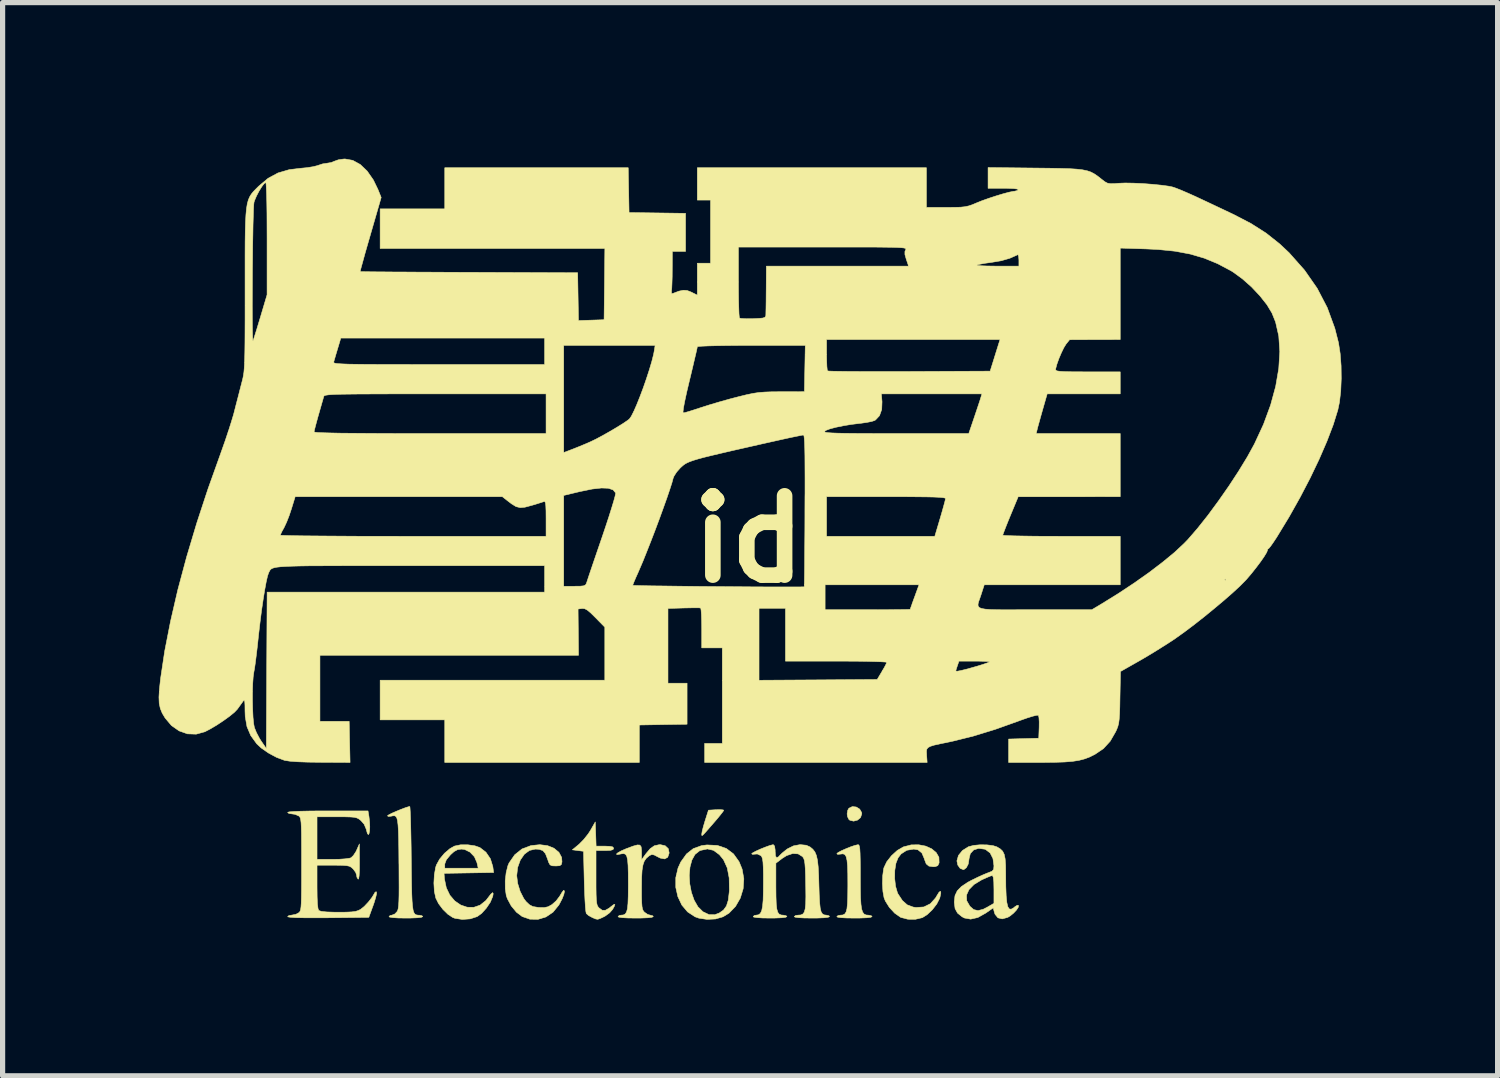
<source format=kicad_pcb>
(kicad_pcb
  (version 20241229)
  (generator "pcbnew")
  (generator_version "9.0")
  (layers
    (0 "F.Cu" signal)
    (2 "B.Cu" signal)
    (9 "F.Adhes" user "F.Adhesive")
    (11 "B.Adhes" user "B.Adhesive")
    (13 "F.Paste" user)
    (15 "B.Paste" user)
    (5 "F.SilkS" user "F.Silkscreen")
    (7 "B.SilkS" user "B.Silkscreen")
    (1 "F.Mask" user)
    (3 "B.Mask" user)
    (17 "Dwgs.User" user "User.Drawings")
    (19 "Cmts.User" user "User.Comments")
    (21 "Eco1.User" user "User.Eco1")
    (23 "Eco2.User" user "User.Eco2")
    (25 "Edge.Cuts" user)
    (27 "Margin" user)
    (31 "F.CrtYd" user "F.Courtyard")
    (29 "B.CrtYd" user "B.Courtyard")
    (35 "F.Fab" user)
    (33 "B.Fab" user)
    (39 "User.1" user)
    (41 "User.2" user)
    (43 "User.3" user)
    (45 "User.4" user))
  (footprint "id"
    (layer "F.Cu")
    (at 11.34 7.314)
    (property "Reference" "id" (at 0 0 0) (layer "F.SilkS") (effects (font (size 1.524 1.524) (thickness 0.3))))
    (attr through_hole)
    (fp_poly (pts (xy 2.067 5.146) (xy 2.133 5.187) (xy 2.17 5.252) (xy 2.173 5.278) (xy 2.149 5.349) (xy 2.091 5.398) (xy 2.016 5.418) (xy 1.945 5.401) (xy 1.925 5.385) (xy 1.899 5.332) (xy 1.891 5.278) (xy 1.903 5.209) (xy 1.925 5.17) (xy 1.991 5.138) (xy 2.067 5.146)) (stroke (width 0.01) (type solid)) (fill yes) (layer "F.SilkS"))
    (fp_poly (pts (xy -0.491 5.202) (xy -0.48 5.209) (xy -0.497 5.237) (xy -0.544 5.297) (xy -0.611 5.379) (xy -0.654 5.429) (xy -0.755 5.545) (xy -0.824 5.624) (xy -0.868 5.672) (xy -0.892 5.694) (xy -0.901 5.694) (xy -0.903 5.679) (xy -0.902 5.658) (xy -0.893 5.604) (xy -0.87 5.516) (xy -0.839 5.411) (xy -0.837 5.405) (xy -0.774 5.207) (xy -0.627 5.198) (xy -0.545 5.197) (xy -0.491 5.202)) (stroke (width 0.01) (type solid)) (fill yes) (layer "F.SilkS"))
    (fp_poly (pts (xy 2.117 5.877) (xy 2.127 5.902) (xy 2.135 5.952) (xy 2.14 6.033) (xy 2.143 6.152) (xy 2.145 6.315) (xy 2.145 6.485) (xy 2.146 6.709) (xy 2.149 6.884) (xy 2.157 7.014) (xy 2.17 7.107) (xy 2.19 7.168) (xy 2.218 7.204) (xy 2.255 7.221) (xy 2.302 7.225) (xy 2.354 7.235) (xy 2.371 7.253) (xy 2.344 7.266) (xy 2.267 7.275) (xy 2.146 7.28) (xy 2.032 7.281) (xy 1.883 7.279) (xy 1.773 7.273) (xy 1.708 7.263) (xy 1.693 7.253) (xy 1.717 7.232) (xy 1.76 7.225) (xy 1.809 7.221) (xy 1.845 7.203) (xy 1.871 7.164) (xy 1.888 7.099) (xy 1.898 6.999) (xy 1.903 6.858) (xy 1.905 6.668) (xy 1.905 6.632) (xy 1.904 6.43) (xy 1.899 6.278) (xy 1.889 6.17) (xy 1.872 6.099) (xy 1.847 6.06) (xy 1.812 6.046) (xy 1.766 6.051) (xy 1.759 6.052) (xy 1.709 6.056) (xy 1.693 6.043) (xy 1.717 6.021) (xy 1.779 5.988) (xy 1.864 5.95) (xy 1.955 5.913) (xy 2.037 5.885) (xy 2.096 5.871) (xy 2.103 5.87) (xy 2.117 5.877)) (stroke (width 0.01) (type solid)) (fill yes) (layer "F.SilkS"))
    (fp_poly (pts (xy -2.941 5.666) (xy -2.933 5.898) (xy -2.765 5.898) (xy -2.667 5.902) (xy -2.614 5.913) (xy -2.597 5.936) (xy -2.596 5.941) (xy -2.609 5.965) (xy -2.656 5.979) (xy -2.745 5.983) (xy -2.766 5.983) (xy -2.935 5.983) (xy -2.935 6.505) (xy -2.935 6.69) (xy -2.933 6.827) (xy -2.929 6.925) (xy -2.922 6.991) (xy -2.912 7.034) (xy -2.896 7.064) (xy -2.879 7.084) (xy -2.817 7.13) (xy -2.757 7.132) (xy -2.683 7.09) (xy -2.655 7.067) (xy -2.595 7.021) (xy -2.572 7.017) (xy -2.584 7.056) (xy -2.617 7.115) (xy -2.674 7.18) (xy -2.756 7.24) (xy -2.781 7.254) (xy -2.855 7.289) (xy -2.9 7.304) (xy -2.938 7.299) (xy -2.994 7.276) (xy -3.009 7.269) (xy -3.077 7.232) (xy -3.121 7.194) (xy -3.122 7.192) (xy -3.13 7.154) (xy -3.139 7.068) (xy -3.147 6.943) (xy -3.154 6.79) (xy -3.16 6.616) (xy -3.161 6.576) (xy -3.175 5.997) (xy -3.283 5.983) (xy -3.39 5.969) (xy -3.26 5.861) (xy -3.173 5.773) (xy -3.086 5.664) (xy -3.04 5.593) (xy -2.949 5.433) (xy -2.941 5.666)) (stroke (width 0.01) (type solid)) (fill yes) (layer "F.SilkS"))
    (fp_poly (pts (xy -0.601 5.885) (xy -0.431 5.943) (xy -0.292 6.048) (xy -0.185 6.198) (xy -0.127 6.34) (xy -0.094 6.527) (xy -0.107 6.717) (xy -0.162 6.897) (xy -0.254 7.057) (xy -0.379 7.186) (xy -0.494 7.256) (xy -0.638 7.298) (xy -0.802 7.306) (xy -0.96 7.282) (xy -1.032 7.256) (xy -1.175 7.162) (xy -1.286 7.03) (xy -1.362 6.869) (xy -1.402 6.691) (xy -1.402 6.504) (xy -1.391 6.459) (xy -1.143 6.459) (xy -1.133 6.624) (xy -1.102 6.786) (xy -1.049 6.937) (xy -0.976 7.064) (xy -0.882 7.157) (xy -0.876 7.161) (xy -0.762 7.215) (xy -0.653 7.216) (xy -0.567 7.184) (xy -0.485 7.127) (xy -0.428 7.048) (xy -0.393 6.937) (xy -0.375 6.784) (xy -0.372 6.742) (xy -0.376 6.509) (xy -0.413 6.316) (xy -0.484 6.16) (xy -0.564 6.062) (xy -0.676 5.979) (xy -0.796 5.952) (xy -0.925 5.98) (xy -0.946 5.989) (xy -1.032 6.057) (xy -1.092 6.165) (xy -1.129 6.302) (xy -1.143 6.459) (xy -1.391 6.459) (xy -1.359 6.32) (xy -1.306 6.203) (xy -1.196 6.049) (xy -1.066 5.946) (xy -0.909 5.889) (xy -0.803 5.875) (xy -0.601 5.885)) (stroke (width 0.01) (type solid)) (fill yes) (layer "F.SilkS"))
    (fp_poly (pts (xy -6.51 5.163) (xy -6.505 5.241) (xy -6.5 5.362) (xy -6.496 5.52) (xy -6.492 5.71) (xy -6.488 5.924) (xy -6.486 6.134) (xy -6.483 6.411) (xy -6.48 6.636) (xy -6.476 6.815) (xy -6.47 6.954) (xy -6.461 7.057) (xy -6.45 7.13) (xy -6.434 7.178) (xy -6.413 7.207) (xy -6.386 7.22) (xy -6.354 7.225) (xy -6.332 7.225) (xy -6.281 7.235) (xy -6.265 7.253) (xy -6.292 7.266) (xy -6.369 7.275) (xy -6.488 7.28) (xy -6.59 7.281) (xy -6.734 7.279) (xy -6.841 7.272) (xy -6.902 7.262) (xy -6.914 7.253) (xy -6.891 7.23) (xy -6.859 7.225) (xy -6.803 7.203) (xy -6.759 7.157) (xy -6.746 7.132) (xy -6.736 7.094) (xy -6.729 7.037) (xy -6.724 6.955) (xy -6.721 6.842) (xy -6.72 6.692) (xy -6.721 6.499) (xy -6.722 6.256) (xy -6.723 6.225) (xy -6.725 5.971) (xy -6.728 5.767) (xy -6.733 5.609) (xy -6.74 5.492) (xy -6.75 5.409) (xy -6.764 5.355) (xy -6.784 5.325) (xy -6.809 5.314) (xy -6.842 5.316) (xy -6.879 5.324) (xy -6.928 5.327) (xy -6.943 5.315) (xy -6.919 5.297) (xy -6.857 5.265) (xy -6.772 5.228) (xy -6.68 5.19) (xy -6.595 5.158) (xy -6.533 5.139) (xy -6.514 5.136) (xy -6.51 5.163)) (stroke (width 0.01) (type solid)) (fill yes) (layer "F.SilkS"))
    (fp_poly (pts (xy -5.263 5.892) (xy -5.166 5.926) (xy -5.051 6.015) (xy -4.965 6.141) (xy -4.919 6.289) (xy -4.918 6.294) (xy -4.903 6.405) (xy -5.38 6.413) (xy -5.856 6.421) (xy -5.847 6.533) (xy -5.812 6.7) (xy -5.744 6.841) (xy -5.649 6.952) (xy -5.535 7.03) (xy -5.411 7.072) (xy -5.284 7.074) (xy -5.162 7.032) (xy -5.052 6.944) (xy -5.017 6.899) (xy -4.956 6.82) (xy -4.921 6.791) (xy -4.911 6.812) (xy -4.92 6.864) (xy -4.966 6.975) (xy -5.043 7.09) (xy -5.134 7.191) (xy -5.219 7.252) (xy -5.353 7.296) (xy -5.505 7.307) (xy -5.647 7.285) (xy -5.687 7.27) (xy -5.78 7.209) (xy -5.877 7.114) (xy -5.961 7.003) (xy -6.014 6.897) (xy -6.042 6.768) (xy -6.051 6.609) (xy -6.042 6.446) (xy -6.016 6.302) (xy -6.002 6.259) (xy -5.996 6.248) (xy -5.842 6.248) (xy -5.842 6.322) (xy -5.199 6.322) (xy -5.223 6.216) (xy -5.272 6.102) (xy -5.357 6.013) (xy -5.462 5.962) (xy -5.521 5.955) (xy -5.596 5.965) (xy -5.664 6.003) (xy -5.732 6.064) (xy -5.812 6.161) (xy -5.842 6.241) (xy -5.842 6.248) (xy -5.996 6.248) (xy -5.94 6.147) (xy -5.848 6.036) (xy -5.742 5.946) (xy -5.655 5.897) (xy -5.54 5.873) (xy -5.4 5.872) (xy -5.263 5.892)) (stroke (width 0.01) (type solid)) (fill yes) (layer "F.SilkS"))
    (fp_poly (pts (xy 3.402 5.898) (xy 3.517 5.95) (xy 3.604 6.023) (xy 3.655 6.112) (xy 3.659 6.214) (xy 3.657 6.225) (xy 3.633 6.274) (xy 3.583 6.292) (xy 3.545 6.294) (xy 3.463 6.282) (xy 3.411 6.239) (xy 3.378 6.153) (xy 3.374 6.138) (xy 3.328 6.03) (xy 3.253 5.969) (xy 3.172 5.955) (xy 3.036 5.978) (xy 2.928 6.048) (xy 2.871 6.122) (xy 2.829 6.228) (xy 2.807 6.367) (xy 2.805 6.52) (xy 2.822 6.669) (xy 2.858 6.793) (xy 2.869 6.816) (xy 2.954 6.945) (xy 3.047 7.027) (xy 3.16 7.069) (xy 3.215 7.077) (xy 3.365 7.067) (xy 3.491 7.005) (xy 3.591 6.894) (xy 3.618 6.848) (xy 3.659 6.782) (xy 3.685 6.766) (xy 3.692 6.798) (xy 3.677 6.874) (xy 3.668 6.904) (xy 3.614 7.01) (xy 3.529 7.12) (xy 3.43 7.214) (xy 3.338 7.272) (xy 3.205 7.304) (xy 3.059 7.303) (xy 2.927 7.269) (xy 2.913 7.262) (xy 2.805 7.186) (xy 2.703 7.076) (xy 2.626 6.953) (xy 2.601 6.89) (xy 2.579 6.769) (xy 2.57 6.619) (xy 2.575 6.466) (xy 2.593 6.334) (xy 2.599 6.312) (xy 2.653 6.198) (xy 2.744 6.082) (xy 2.855 5.981) (xy 2.972 5.913) (xy 2.979 5.911) (xy 3.123 5.874) (xy 3.267 5.872) (xy 3.402 5.898)) (stroke (width 0.01) (type solid)) (fill yes) (layer "F.SilkS"))
    (fp_poly (pts (xy -3.866 5.889) (xy -3.741 5.94) (xy -3.648 6.017) (xy -3.596 6.114) (xy -3.589 6.2) (xy -3.601 6.251) (xy -3.632 6.274) (xy -3.699 6.279) (xy -3.711 6.279) (xy -3.779 6.276) (xy -3.818 6.258) (xy -3.845 6.21) (xy -3.867 6.144) (xy -3.907 6.042) (xy -3.957 5.984) (xy -4.029 5.959) (xy -4.102 5.955) (xy -4.215 5.981) (xy -4.313 6.054) (xy -4.39 6.166) (xy -4.441 6.307) (xy -4.459 6.465) (xy -4.441 6.614) (xy -4.393 6.768) (xy -4.324 6.904) (xy -4.279 6.964) (xy -4.213 7.026) (xy -4.149 7.059) (xy -4.059 7.074) (xy -4.033 7.077) (xy -3.931 7.079) (xy -3.856 7.063) (xy -3.784 7.023) (xy -3.782 7.022) (xy -3.701 6.95) (xy -3.634 6.862) (xy -3.627 6.85) (xy -3.588 6.785) (xy -3.559 6.749) (xy -3.553 6.745) (xy -3.541 6.767) (xy -3.553 6.826) (xy -3.586 6.91) (xy -3.636 7.006) (xy -3.651 7.032) (xy -3.761 7.167) (xy -3.897 7.259) (xy -4.049 7.305) (xy -4.207 7.302) (xy -4.354 7.251) (xy -4.465 7.167) (xy -4.565 7.046) (xy -4.639 6.908) (xy -4.66 6.847) (xy -4.679 6.717) (xy -4.68 6.563) (xy -4.662 6.408) (xy -4.629 6.275) (xy -4.607 6.223) (xy -4.497 6.064) (xy -4.357 5.952) (xy -4.186 5.888) (xy -4.016 5.87) (xy -3.866 5.889)) (stroke (width 0.01) (type solid)) (fill yes) (layer "F.SilkS"))
    (fp_poly (pts (xy -1.605 5.891) (xy -1.545 5.948) (xy -1.529 6.03) (xy -1.53 6.033) (xy -1.557 6.112) (xy -1.615 6.144) (xy -1.7 6.128) (xy -1.746 6.105) (xy -1.817 6.068) (xy -1.862 6.059) (xy -1.903 6.077) (xy -1.915 6.085) (xy -1.968 6.13) (xy -2.007 6.185) (xy -2.033 6.26) (xy -2.05 6.363) (xy -2.058 6.503) (xy -2.06 6.691) (xy -2.06 6.701) (xy -2.06 6.864) (xy -2.057 6.979) (xy -2.051 7.058) (xy -2.041 7.11) (xy -2.025 7.144) (xy -2.004 7.168) (xy -1.942 7.211) (xy -1.891 7.225) (xy -1.845 7.237) (xy -1.834 7.253) (xy -1.862 7.266) (xy -1.939 7.275) (xy -2.059 7.28) (xy -2.173 7.281) (xy -2.322 7.279) (xy -2.432 7.273) (xy -2.497 7.263) (xy -2.512 7.253) (xy -2.488 7.23) (xy -2.457 7.225) (xy -2.41 7.221) (xy -2.374 7.203) (xy -2.349 7.165) (xy -2.331 7.101) (xy -2.321 7.002) (xy -2.316 6.863) (xy -2.314 6.675) (xy -2.314 6.62) (xy -2.315 6.42) (xy -2.319 6.27) (xy -2.328 6.164) (xy -2.343 6.095) (xy -2.366 6.056) (xy -2.4 6.042) (xy -2.445 6.046) (xy -2.469 6.051) (xy -2.529 6.061) (xy -2.543 6.051) (xy -2.516 6.026) (xy -2.454 5.991) (xy -2.361 5.95) (xy -2.349 5.945) (xy -2.223 5.898) (xy -2.14 5.875) (xy -2.092 5.878) (xy -2.068 5.91) (xy -2.061 5.973) (xy -2.06 6.016) (xy -2.06 6.161) (xy -1.976 6.045) (xy -1.893 5.946) (xy -1.814 5.891) (xy -1.724 5.871) (xy -1.697 5.87) (xy -1.605 5.891)) (stroke (width 0.01) (type solid)) (fill yes) (layer "F.SilkS"))
    (fp_poly (pts (xy 4.58 5.874) (xy 4.697 5.889) (xy 4.769 5.912) (xy 4.834 5.951) (xy 4.88 5.995) (xy 4.91 6.056) (xy 4.928 6.142) (xy 4.937 6.263) (xy 4.939 6.431) (xy 4.939 6.448) (xy 4.941 6.676) (xy 4.948 6.851) (xy 4.96 6.978) (xy 4.979 7.061) (xy 5.006 7.104) (xy 5.042 7.111) (xy 5.089 7.086) (xy 5.113 7.065) (xy 5.158 7.036) (xy 5.182 7.035) (xy 5.182 7.07) (xy 5.147 7.125) (xy 5.09 7.186) (xy 5.022 7.241) (xy 4.978 7.267) (xy 4.873 7.296) (xy 4.79 7.276) (xy 4.734 7.208) (xy 4.721 7.17) (xy 4.699 7.085) (xy 4.555 7.185) (xy 4.403 7.27) (xy 4.266 7.301) (xy 4.144 7.279) (xy 4.101 7.256) (xy 4.013 7.185) (xy 3.966 7.099) (xy 3.951 6.981) (xy 3.951 6.966) (xy 3.964 6.852) (xy 3.969 6.84) (xy 4.185 6.84) (xy 4.19 6.948) (xy 4.25 7.053) (xy 4.324 7.118) (xy 4.407 7.137) (xy 4.508 7.111) (xy 4.591 7.068) (xy 4.713 6.997) (xy 4.713 6.73) (xy 4.71 6.587) (xy 4.7 6.497) (xy 4.684 6.463) (xy 4.682 6.463) (xy 4.642 6.474) (xy 4.568 6.505) (xy 4.477 6.546) (xy 4.33 6.635) (xy 4.233 6.734) (xy 4.185 6.84) (xy 3.969 6.84) (xy 4.007 6.758) (xy 4.087 6.675) (xy 4.211 6.592) (xy 4.279 6.556) (xy 4.395 6.499) (xy 4.505 6.449) (xy 4.59 6.414) (xy 4.607 6.408) (xy 4.677 6.38) (xy 4.707 6.344) (xy 4.713 6.279) (xy 4.713 6.276) (xy 4.694 6.137) (xy 4.64 6.03) (xy 4.554 5.964) (xy 4.537 5.957) (xy 4.419 5.941) (xy 4.324 5.971) (xy 4.259 6.041) (xy 4.233 6.147) (xy 4.233 6.155) (xy 4.219 6.242) (xy 4.183 6.312) (xy 4.136 6.348) (xy 4.124 6.35) (xy 4.063 6.325) (xy 4.018 6.262) (xy 4.001 6.182) (xy 4.031 6.077) (xy 4.108 5.982) (xy 4.221 5.911) (xy 4.225 5.909) (xy 4.322 5.884) (xy 4.447 5.872) (xy 4.58 5.874)) (stroke (width 0.01) (type solid)) (fill yes) (layer "F.SilkS"))
    (fp_poly (pts (xy 1.106 5.881) (xy 1.179 5.914) (xy 1.231 5.957) (xy 1.271 6.008) (xy 1.3 6.076) (xy 1.321 6.169) (xy 1.335 6.295) (xy 1.344 6.463) (xy 1.349 6.641) (xy 1.355 6.837) (xy 1.363 6.985) (xy 1.374 7.089) (xy 1.391 7.159) (xy 1.416 7.2) (xy 1.449 7.219) (xy 1.493 7.225) (xy 1.498 7.225) (xy 1.543 7.237) (xy 1.552 7.253) (xy 1.525 7.266) (xy 1.448 7.275) (xy 1.328 7.28) (xy 1.214 7.281) (xy 1.065 7.279) (xy 0.955 7.273) (xy 0.89 7.263) (xy 0.875 7.253) (xy 0.899 7.232) (xy 0.943 7.225) (xy 0.998 7.221) (xy 1.039 7.204) (xy 1.067 7.168) (xy 1.085 7.104) (xy 1.095 7.007) (xy 1.098 6.869) (xy 1.096 6.682) (xy 1.095 6.645) (xy 1.092 6.466) (xy 1.087 6.333) (xy 1.08 6.24) (xy 1.071 6.177) (xy 1.057 6.135) (xy 1.039 6.106) (xy 1.033 6.099) (xy 0.95 6.047) (xy 0.846 6.04) (xy 0.728 6.08) (xy 0.644 6.133) (xy 0.522 6.226) (xy 0.522 6.679) (xy 0.524 6.869) (xy 0.529 7.009) (xy 0.54 7.107) (xy 0.559 7.171) (xy 0.587 7.207) (xy 0.627 7.222) (xy 0.667 7.225) (xy 0.718 7.235) (xy 0.734 7.253) (xy 0.707 7.266) (xy 0.63 7.275) (xy 0.511 7.28) (xy 0.409 7.281) (xy 0.265 7.279) (xy 0.159 7.272) (xy 0.097 7.262) (xy 0.085 7.253) (xy 0.108 7.23) (xy 0.14 7.225) (xy 0.187 7.218) (xy 0.223 7.192) (xy 0.249 7.14) (xy 0.266 7.056) (xy 0.277 6.934) (xy 0.281 6.767) (xy 0.282 6.614) (xy 0.282 6.433) (xy 0.279 6.299) (xy 0.274 6.206) (xy 0.265 6.144) (xy 0.252 6.105) (xy 0.236 6.082) (xy 0.166 6.049) (xy 0.123 6.052) (xy 0.073 6.056) (xy 0.056 6.045) (xy 0.081 6.024) (xy 0.143 5.992) (xy 0.227 5.954) (xy 0.319 5.917) (xy 0.402 5.887) (xy 0.462 5.871) (xy 0.473 5.87) (xy 0.497 5.897) (xy 0.508 5.974) (xy 0.508 5.997) (xy 0.514 6.085) (xy 0.535 6.12) (xy 0.572 6.104) (xy 0.596 6.077) (xy 0.642 6.032) (xy 0.713 5.974) (xy 0.745 5.95) (xy 0.86 5.893) (xy 0.987 5.869) (xy 1.106 5.881)) (stroke (width 0.01) (type solid)) (fill yes) (layer "F.SilkS"))
    (fp_poly (pts (xy -7.299 5.327) (xy -7.287 5.432) (xy -7.283 5.528) (xy -7.287 5.605) (xy -7.297 5.657) (xy -7.311 5.677) (xy -7.329 5.655) (xy -7.348 5.586) (xy -7.35 5.576) (xy -7.391 5.478) (xy -7.454 5.406) (xy -7.491 5.377) (xy -7.529 5.357) (xy -7.578 5.344) (xy -7.649 5.338) (xy -7.754 5.335) (xy -7.903 5.334) (xy -7.918 5.334) (xy -8.297 5.334) (xy -8.297 6.152) (xy -7.999 6.152) (xy -7.869 6.15) (xy -7.756 6.142) (xy -7.675 6.131) (xy -7.644 6.122) (xy -7.598 6.078) (xy -7.55 6.005) (xy -7.535 5.974) (xy -7.483 5.856) (xy -7.481 6.203) (xy -7.482 6.362) (xy -7.488 6.471) (xy -7.498 6.527) (xy -7.507 6.533) (xy -7.531 6.494) (xy -7.535 6.46) (xy -7.554 6.402) (xy -7.601 6.339) (xy -7.605 6.335) (xy -7.639 6.304) (xy -7.676 6.284) (xy -7.729 6.273) (xy -7.809 6.267) (xy -7.929 6.265) (xy -7.986 6.265) (xy -8.297 6.265) (xy -8.297 6.683) (xy -8.295 6.874) (xy -8.289 7.011) (xy -8.278 7.097) (xy -8.263 7.135) (xy -8.215 7.152) (xy -8.111 7.163) (xy -7.951 7.168) (xy -7.89 7.168) (xy -7.738 7.167) (xy -7.631 7.162) (xy -7.555 7.152) (xy -7.5 7.134) (xy -7.459 7.113) (xy -7.389 7.057) (xy -7.311 6.974) (xy -7.24 6.883) (xy -7.193 6.805) (xy -7.188 6.793) (xy -7.164 6.774) (xy -7.154 6.78) (xy -7.153 6.814) (xy -7.17 6.887) (xy -7.2 6.986) (xy -7.217 7.034) (xy -7.302 7.267) (xy -8.082 7.275) (xy -8.345 7.276) (xy -8.556 7.275) (xy -8.712 7.272) (xy -8.813 7.265) (xy -8.859 7.257) (xy -8.862 7.254) (xy -8.837 7.232) (xy -8.784 7.224) (xy -8.703 7.208) (xy -8.65 7.18) (xy -8.634 7.166) (xy -8.622 7.147) (xy -8.612 7.116) (xy -8.605 7.066) (xy -8.6 6.993) (xy -8.597 6.89) (xy -8.595 6.751) (xy -8.594 6.57) (xy -8.594 6.341) (xy -8.594 6.248) (xy -8.594 6) (xy -8.595 5.802) (xy -8.596 5.649) (xy -8.599 5.534) (xy -8.603 5.451) (xy -8.61 5.395) (xy -8.618 5.358) (xy -8.63 5.335) (xy -8.644 5.321) (xy -8.648 5.318) (xy -8.719 5.287) (xy -8.783 5.278) (xy -8.84 5.269) (xy -8.862 5.249) (xy -8.834 5.24) (xy -8.752 5.233) (xy -8.617 5.227) (xy -8.433 5.223) (xy -8.201 5.221) (xy -8.089 5.221) (xy -7.317 5.221) (xy -7.299 5.327)) (stroke (width 0.01) (type solid)) (fill yes) (layer "F.SilkS"))
    (fp_poly (pts (xy -7.61 -7.282) (xy -7.466 -7.203) (xy -7.333 -7.076) (xy -7.214 -6.905) (xy -7.127 -6.725) (xy -7.064 -6.569) (xy -7.269 -5.86) (xy -7.324 -5.67) (xy -7.373 -5.499) (xy -7.413 -5.353) (xy -7.444 -5.241) (xy -7.463 -5.169) (xy -7.468 -5.144) (xy -7.439 -5.143) (xy -7.359 -5.142) (xy -7.23 -5.14) (xy -7.059 -5.139) (xy -6.849 -5.137) (xy -6.604 -5.136) (xy -6.329 -5.134) (xy -6.029 -5.133) (xy -5.708 -5.131) (xy -5.374 -5.13) (xy -3.288 -5.122) (xy -3.28 -4.663) (xy -3.272 -4.203) (xy -2.78 -4.219) (xy -2.772 -4.904) (xy -2.765 -5.588) (xy -7.084 -5.588) (xy -7.084 -6.35) (xy -5.842 -6.35) (xy -5.842 -7.14) (xy -2.316 -7.14) (xy -2.308 -6.71) (xy -2.3 -6.279) (xy -1.214 -6.264) (xy -1.214 -5.532) (xy -1.468 -5.532) (xy -1.47 -5.186) (xy -1.471 -5.046) (xy -1.475 -4.921) (xy -1.479 -4.826) (xy -1.484 -4.774) (xy -1.484 -4.726) (xy -1.461 -4.723) (xy -1.343 -4.768) (xy -1.256 -4.786) (xy -1.184 -4.781) (xy -1.109 -4.752) (xy -1.103 -4.749) (xy -0.988 -4.692) (xy -0.988 -5.306) (xy -0.734 -5.306) (xy -0.734 -5.616) (xy -0.198 -5.616) (xy -0.198 -4.944) (xy -0.197 -4.754) (xy -0.195 -4.584) (xy -0.191 -4.44) (xy -0.187 -4.332) (xy -0.181 -4.267) (xy -0.178 -4.251) (xy -0.142 -4.243) (xy -0.065 -4.239) (xy 0.04 -4.238) (xy 0.083 -4.239) (xy 0.201 -4.245) (xy 0.273 -4.252) (xy 0.311 -4.266) (xy 0.326 -4.287) (xy 0.329 -4.304) (xy 0.33 -4.351) (xy 0.332 -4.443) (xy 0.334 -4.569) (xy 0.335 -4.718) (xy 0.336 -4.805) (xy 0.339 -5.249) (xy 3.073 -5.249) (xy 3.066 -5.269) (xy 4.384 -5.269) (xy 4.404 -5.262) (xy 4.471 -5.256) (xy 4.575 -5.252) (xy 4.709 -5.25) (xy 4.779 -5.249) (xy 5.193 -5.249) (xy 5.193 -5.365) (xy 5.188 -5.433) (xy 5.177 -5.468) (xy 5.172 -5.469) (xy 5.019 -5.401) (xy 4.857 -5.354) (xy 4.664 -5.321) (xy 4.548 -5.305) (xy 4.454 -5.288) (xy 4.396 -5.274) (xy 4.384 -5.269) (xy 3.066 -5.269) (xy 3.028 -5.381) (xy 3.002 -5.472) (xy 3.002 -5.531) (xy 3.016 -5.564) (xy 3.021 -5.575) (xy 3.019 -5.584) (xy 3.006 -5.592) (xy 2.977 -5.599) (xy 2.928 -5.604) (xy 2.855 -5.608) (xy 2.753 -5.611) (xy 2.62 -5.613) (xy 2.449 -5.615) (xy 2.238 -5.616) (xy 1.982 -5.616) (xy 1.677 -5.616) (xy 1.425 -5.616) (xy -0.198 -5.616) (xy -0.734 -5.616) (xy -0.734 -6.519) (xy -0.988 -6.519) (xy -0.988 -7.14) (xy 3.415 -7.14) (xy 3.415 -6.378) (xy 3.798 -6.378) (xy 3.955 -6.379) (xy 4.07 -6.382) (xy 4.156 -6.391) (xy 4.226 -6.406) (xy 4.295 -6.429) (xy 4.371 -6.461) (xy 4.48 -6.505) (xy 4.612 -6.552) (xy 4.752 -6.598) (xy 4.887 -6.639) (xy 5.003 -6.67) (xy 5.087 -6.687) (xy 5.11 -6.689) (xy 5.162 -6.702) (xy 5.179 -6.717) (xy 5.161 -6.731) (xy 5.09 -6.74) (xy 4.968 -6.745) (xy 4.898 -6.745) (xy 4.6 -6.745) (xy 4.6 -7.144) (xy 5.51 -7.134) (xy 5.777 -7.131) (xy 5.995 -7.127) (xy 6.169 -7.122) (xy 6.308 -7.113) (xy 6.417 -7.1) (xy 6.504 -7.082) (xy 6.575 -7.058) (xy 6.638 -7.025) (xy 6.699 -6.984) (xy 6.765 -6.933) (xy 6.787 -6.915) (xy 6.848 -6.869) (xy 6.897 -6.843) (xy 6.954 -6.834) (xy 7.037 -6.836) (xy 7.112 -6.842) (xy 7.235 -6.847) (xy 7.394 -6.844) (xy 7.574 -6.836) (xy 7.757 -6.822) (xy 7.927 -6.805) (xy 8.069 -6.786) (xy 8.142 -6.771) (xy 8.208 -6.749) (xy 8.312 -6.708) (xy 8.442 -6.652) (xy 8.585 -6.588) (xy 8.636 -6.564) (xy 8.805 -6.485) (xy 8.987 -6.399) (xy 9.163 -6.316) (xy 9.31 -6.246) (xy 9.319 -6.242) (xy 9.652 -6.069) (xy 9.943 -5.884) (xy 10.205 -5.676) (xy 10.386 -5.506) (xy 10.682 -5.172) (xy 10.926 -4.822) (xy 11.119 -4.451) (xy 11.264 -4.055) (xy 11.335 -3.776) (xy 11.367 -3.569) (xy 11.385 -3.334) (xy 11.388 -3.088) (xy 11.378 -2.848) (xy 11.353 -2.632) (xy 11.322 -2.484) (xy 11.234 -2.201) (xy 11.113 -1.884) (xy 10.964 -1.54) (xy 10.791 -1.178) (xy 10.597 -0.806) (xy 10.387 -0.432) (xy 10.164 -0.065) (xy 10.146 -0.036) (xy 10.082 0.061) (xy 10.029 0.136) (xy 9.995 0.177) (xy 9.985 0.183) (xy 9.973 0.192) (xy 9.972 0.207) (xy 9.955 0.252) (xy 9.908 0.33) (xy 9.839 0.43) (xy 9.754 0.543) (xy 9.662 0.659) (xy 9.57 0.767) (xy 9.54 0.799) (xy 9.437 0.903) (xy 9.297 1.032) (xy 9.13 1.178) (xy 8.945 1.333) (xy 8.752 1.491) (xy 8.56 1.642) (xy 8.378 1.779) (xy 8.216 1.895) (xy 8.191 1.913) (xy 8.029 2.019) (xy 7.843 2.136) (xy 7.654 2.251) (xy 7.501 2.34) (xy 7.145 2.542) (xy 7.135 3.042) (xy 7.132 3.224) (xy 7.127 3.36) (xy 7.12 3.46) (xy 7.11 3.536) (xy 7.095 3.596) (xy 7.074 3.652) (xy 7.053 3.698) (xy 6.947 3.882) (xy 6.817 4.024) (xy 6.651 4.136) (xy 6.64 4.141) (xy 6.545 4.188) (xy 6.449 4.223) (xy 6.345 4.25) (xy 6.222 4.269) (xy 6.073 4.281) (xy 5.888 4.287) (xy 5.658 4.29) (xy 5.587 4.29) (xy 4.995 4.29) (xy 4.995 3.84) (xy 5.574 3.824) (xy 5.582 3.615) (xy 5.583 3.511) (xy 5.578 3.428) (xy 5.568 3.384) (xy 5.566 3.382) (xy 5.532 3.383) (xy 5.456 3.402) (xy 5.346 3.436) (xy 5.214 3.483) (xy 5.177 3.497) (xy 4.74 3.653) (xy 4.32 3.782) (xy 3.93 3.879) (xy 3.852 3.896) (xy 3.687 3.93) (xy 3.568 3.956) (xy 3.49 3.98) (xy 3.444 4.006) (xy 3.421 4.038) (xy 3.416 4.081) (xy 3.419 4.139) (xy 3.419 4.149) (xy 3.429 4.29) (xy 1.291 4.29) (xy -0.847 4.29) (xy -0.847 3.923) (xy -0.508 3.923) (xy -0.508 2.088) (xy -0.903 2.088) (xy -0.903 1.709) (xy -0.905 1.569) (xy -0.909 1.451) (xy -0.915 1.366) (xy -0.922 1.326) (xy 0.198 1.326) (xy 0.198 2.71) (xy 1.333 2.703) (xy 2.469 2.695) (xy 2.561 2.541) (xy 2.566 2.532) (xy 3.979 2.532) (xy 4.005 2.537) (xy 4.08 2.523) (xy 4.199 2.494) (xy 4.357 2.449) (xy 4.396 2.438) (xy 4.5 2.406) (xy 4.581 2.378) (xy 4.624 2.359) (xy 4.628 2.356) (xy 4.602 2.35) (xy 4.531 2.346) (xy 4.427 2.343) (xy 4.335 2.342) (xy 4.041 2.342) (xy 4.01 2.431) (xy 3.989 2.495) (xy 3.979 2.531) (xy 3.979 2.532) (xy 2.566 2.532) (xy 2.609 2.458) (xy 2.642 2.394) (xy 2.653 2.365) (xy 2.626 2.36) (xy 2.549 2.355) (xy 2.428 2.351) (xy 2.27 2.347) (xy 2.081 2.344) (xy 1.868 2.343) (xy 1.679 2.342) (xy 0.706 2.342) (xy 0.706 1.326) (xy 0.198 1.326) (xy -0.922 1.326) (xy -0.922 1.323) (xy -0.924 1.321) (xy -0.96 1.318) (xy -1.039 1.317) (xy -1.149 1.319) (xy -1.249 1.321) (xy -1.552 1.33) (xy -1.552 2.766) (xy -1.185 2.766) (xy -1.185 3.555) (xy -1.644 3.562) (xy -2.103 3.57) (xy -2.103 4.29) (xy -3.972 4.29) (xy -5.842 4.29) (xy -5.842 3.471) (xy -7.084 3.471) (xy -7.084 2.709) (xy -2.766 2.709) (xy -2.766 1.69) (xy -2.946 1.506) (xy -3.037 1.416) (xy -3.103 1.361) (xy -3.153 1.335) (xy -3.198 1.331) (xy -3.202 1.331) (xy -3.28 1.341) (xy -3.271 2.23) (xy -8.241 2.23) (xy -8.241 3.5) (xy -7.679 3.5) (xy -7.671 3.895) (xy -7.662 4.29) (xy -8.227 4.287) (xy -8.469 4.284) (xy -8.667 4.277) (xy -8.816 4.266) (xy -8.913 4.251) (xy -8.923 4.249) (xy -9.075 4.192) (xy -9.231 4.108) (xy -9.37 4.011) (xy -9.456 3.931) (xy -9.571 3.772) (xy -9.643 3.603) (xy -9.677 3.408) (xy -9.681 3.302) (xy -9.682 3.188) (xy -9.686 3.122) (xy -9.693 3.102) (xy -9.538 3.102) (xy -9.534 3.27) (xy -9.527 3.422) (xy -9.515 3.544) (xy -9.501 3.618) (xy -9.461 3.717) (xy -9.403 3.827) (xy -9.367 3.884) (xy -9.271 4.022) (xy -9.264 2.519) (xy -9.256 1.016) (xy -3.923 1.016) (xy -3.923 0.508) (xy -6.517 0.508) (xy -6.963 0.508) (xy -7.355 0.508) (xy -7.697 0.508) (xy -7.994 0.509) (xy -8.248 0.51) (xy -8.462 0.511) (xy -8.641 0.514) (xy -8.788 0.518) (xy -8.905 0.523) (xy -8.998 0.529) (xy -9.068 0.537) (xy -9.119 0.547) (xy -9.156 0.559) (xy -9.18 0.573) (xy -9.197 0.589) (xy -9.208 0.608) (xy -9.219 0.629) (xy -9.228 0.648) (xy -9.249 0.71) (xy -9.274 0.82) (xy -9.302 0.971) (xy -9.332 1.156) (xy -9.363 1.366) (xy -9.392 1.595) (xy -9.42 1.834) (xy -9.426 1.891) (xy -9.445 2.069) (xy -9.465 2.236) (xy -9.483 2.379) (xy -9.499 2.489) (xy -9.511 2.553) (xy -9.511 2.554) (xy -9.524 2.645) (xy -9.533 2.776) (xy -9.538 2.933) (xy -9.538 3.102) (xy -9.693 3.102) (xy -9.695 3.096) (xy -9.71 3.103) (xy -9.722 3.119) (xy -9.766 3.18) (xy -9.82 3.255) (xy -9.827 3.265) (xy -9.884 3.325) (xy -9.978 3.402) (xy -10.096 3.487) (xy -10.224 3.572) (xy -10.349 3.646) (xy -10.453 3.7) (xy -10.619 3.746) (xy -10.787 3.74) (xy -10.948 3.683) (xy -11.095 3.58) (xy -11.217 3.435) (xy -11.272 3.343) (xy -11.309 3.253) (xy -11.33 3.154) (xy -11.335 3.035) (xy -11.326 2.883) (xy -11.305 2.689) (xy -11.304 2.679) (xy -11.224 2.147) (xy -11.112 1.575) (xy -10.972 0.97) (xy -10.803 0.339) (xy -10.678 -0.078) (xy -9.003 -0.078) (xy -8.975 -0.075) (xy -8.895 -0.072) (xy -8.767 -0.069) (xy -8.594 -0.066) (xy -8.38 -0.064) (xy -8.13 -0.062) (xy -7.847 -0.06) (xy -7.536 -0.058) (xy -7.199 -0.057) (xy -6.843 -0.057) (xy -6.469 -0.056) (xy -6.449 -0.056) (xy -3.895 -0.056) (xy -3.895 -0.398) (xy -3.896 -0.545) (xy -3.9 -0.643) (xy -3.907 -0.7) (xy -3.92 -0.724) (xy -3.933 -0.725) (xy -3.978 -0.71) (xy -4.06 -0.684) (xy -4.163 -0.653) (xy -4.178 -0.649) (xy -4.301 -0.616) (xy -4.392 -0.608) (xy -4.471 -0.627) (xy -4.556 -0.679) (xy -4.631 -0.736) (xy -4.735 -0.818) (xy -8.717 -0.818) (xy -8.79 -0.581) (xy -8.832 -0.455) (xy -8.88 -0.332) (xy -8.924 -0.237) (xy -8.932 -0.221) (xy -8.973 -0.147) (xy -8.998 -0.092) (xy -9.003 -0.078) (xy -10.678 -0.078) (xy -10.608 -0.312) (xy -10.434 -0.842) (xy -3.556 -0.842) (xy -3.556 0.903) (xy -3.346 0.903) (xy -3.238 0.902) (xy -3.173 0.895) (xy -3.152 0.885) (xy -2.23 0.885) (xy -2.202 0.888) (xy -2.125 0.89) (xy -2.003 0.893) (xy -1.842 0.896) (xy -1.65 0.898) (xy -1.431 0.901) (xy -1.191 0.904) (xy -0.938 0.907) (xy -0.676 0.909) (xy -0.412 0.911) (xy -0.153 0.913) (xy 0.098 0.915) (xy 0.332 0.916) (xy 0.544 0.917) (xy 0.728 0.917) (xy 0.878 0.917) (xy 0.988 0.916) (xy 1.052 0.915) (xy 1.066 0.914) (xy 1.068 0.886) (xy 1.068 0.875) (xy 1.468 0.875) (xy 1.468 1.355) (xy 2.286 1.355) (xy 2.494 1.354) (xy 2.683 1.354) (xy 2.845 1.352) (xy 2.974 1.351) (xy 3.062 1.349) (xy 3.103 1.347) (xy 3.104 1.346) (xy 3.113 1.317) (xy 3.138 1.248) (xy 3.138 1.246) (xy 4.407 1.246) (xy 4.409 1.283) (xy 4.429 1.311) (xy 4.472 1.33) (xy 4.543 1.343) (xy 4.647 1.351) (xy 4.788 1.355) (xy 4.971 1.356) (xy 5.201 1.355) (xy 5.482 1.355) (xy 5.498 1.355) (xy 6.593 1.355) (xy 6.789 1.238) (xy 7.107 1.041) (xy 7.412 0.839) (xy 7.501 0.776) (xy 9.144 0.776) (xy 9.158 0.79) (xy 9.172 0.776) (xy 9.158 0.762) (xy 9.144 0.776) (xy 7.501 0.776) (xy 7.698 0.637) (xy 7.957 0.439) (xy 8.183 0.253) (xy 8.367 0.081) (xy 8.438 0.008) (xy 8.625 -0.208) (xy 8.825 -0.46) (xy 9.029 -0.737) (xy 9.23 -1.025) (xy 9.417 -1.311) (xy 9.583 -1.583) (xy 9.718 -1.829) (xy 9.72 -1.833) (xy 9.894 -2.209) (xy 10.03 -2.579) (xy 10.128 -2.939) (xy 10.187 -3.283) (xy 10.207 -3.606) (xy 10.187 -3.905) (xy 10.126 -4.174) (xy 10.057 -4.346) (xy 9.96 -4.507) (xy 9.824 -4.679) (xy 9.663 -4.85) (xy 9.488 -5.005) (xy 9.314 -5.132) (xy 9.271 -5.159) (xy 9.013 -5.296) (xy 8.756 -5.402) (xy 8.487 -5.481) (xy 8.194 -5.536) (xy 7.867 -5.569) (xy 7.641 -5.58) (xy 7.14 -5.596) (xy 7.14 -3.838) (xy 6.653 -3.837) (xy 6.167 -3.835) (xy 6.098 -3.749) (xy 6.056 -3.681) (xy 6.008 -3.582) (xy 5.961 -3.471) (xy 5.923 -3.365) (xy 5.901 -3.283) (xy 5.898 -3.258) (xy 5.906 -3.245) (xy 5.933 -3.234) (xy 5.985 -3.227) (xy 6.069 -3.222) (xy 6.192 -3.219) (xy 6.361 -3.218) (xy 6.519 -3.217) (xy 7.14 -3.217) (xy 7.14 -2.794) (xy 5.736 -2.794) (xy 5.649 -2.491) (xy 5.612 -2.36) (xy 5.579 -2.241) (xy 5.554 -2.151) (xy 5.544 -2.11) (xy 5.525 -2.032) (xy 7.14 -2.032) (xy 7.14 -0.818) (xy 5.179 -0.817) (xy 5.03 -0.458) (xy 4.976 -0.326) (xy 4.931 -0.212) (xy 4.899 -0.128) (xy 4.883 -0.082) (xy 4.882 -0.078) (xy 4.909 -0.073) (xy 4.987 -0.069) (xy 5.109 -0.065) (xy 5.27 -0.062) (xy 5.464 -0.059) (xy 5.683 -0.057) (xy 5.924 -0.057) (xy 6.011 -0.056) (xy 7.14 -0.056) (xy 7.14 0.875) (xy 4.527 0.875) (xy 4.465 1.067) (xy 4.44 1.14) (xy 4.419 1.199) (xy 4.407 1.246) (xy 3.138 1.246) (xy 3.172 1.152) (xy 3.189 1.106) (xy 3.273 0.875) (xy 1.468 0.875) (xy 1.068 0.875) (xy 1.07 0.807) (xy 1.072 0.682) (xy 1.074 0.516) (xy 1.075 0.315) (xy 1.077 0.084) (xy 1.079 -0.172) (xy 1.08 -0.448) (xy 1.08 -0.547) (xy 1.081 -0.818) (xy 1.496 -0.818) (xy 1.496 -0.056) (xy 3.576 -0.056) (xy 3.679 -0.402) (xy 3.718 -0.536) (xy 3.75 -0.651) (xy 3.773 -0.737) (xy 3.782 -0.781) (xy 3.782 -0.783) (xy 3.77 -0.792) (xy 3.733 -0.8) (xy 3.666 -0.806) (xy 3.564 -0.811) (xy 3.425 -0.814) (xy 3.242 -0.816) (xy 3.013 -0.818) (xy 2.733 -0.818) (xy 2.639 -0.818) (xy 1.496 -0.818) (xy 1.081 -0.818) (xy 1.082 -0.886) (xy 1.082 -1.172) (xy 1.081 -1.409) (xy 1.08 -1.6) (xy 1.077 -1.75) (xy 1.073 -1.861) (xy 1.068 -1.938) (xy 1.062 -1.984) (xy 1.054 -2.003) (xy 1.052 -2.004) (xy 1.014 -1.998) (xy 0.931 -1.981) (xy 0.813 -1.957) (xy 0.672 -1.926) (xy 0.586 -1.907) (xy 0.233 -1.828) (xy -0.07 -1.759) (xy -0.326 -1.701) (xy -0.54 -1.651) (xy -0.717 -1.609) (xy -0.86 -1.574) (xy -0.974 -1.543) (xy -1.063 -1.516) (xy -1.131 -1.492) (xy -1.184 -1.469) (xy -1.224 -1.447) (xy -1.257 -1.423) (xy -1.287 -1.397) (xy -1.316 -1.37) (xy -1.385 -1.292) (xy -1.436 -1.213) (xy -1.453 -1.171) (xy -1.476 -1.085) (xy -1.518 -0.955) (xy -1.574 -0.79) (xy -1.642 -0.6) (xy -1.717 -0.393) (xy -1.797 -0.179) (xy -1.879 0.034) (xy -1.959 0.237) (xy -2.033 0.422) (xy -2.1 0.578) (xy -2.12 0.625) (xy -2.168 0.732) (xy -2.205 0.819) (xy -2.226 0.874) (xy -2.23 0.885) (xy -3.152 0.885) (xy -3.138 0.879) (xy -3.121 0.851) (xy -3.117 0.84) (xy -3.103 0.798) (xy -3.074 0.709) (xy -3.031 0.582) (xy -2.977 0.423) (xy -2.914 0.239) (xy -2.845 0.038) (xy -2.82 -0.035) (xy -2.751 -0.24) (xy -2.689 -0.428) (xy -2.637 -0.593) (xy -2.596 -0.728) (xy -2.569 -0.827) (xy -2.558 -0.882) (xy -2.558 -0.89) (xy -2.606 -0.948) (xy -2.696 -0.98) (xy -2.829 -0.985) (xy -3.009 -0.965) (xy -3.237 -0.918) (xy -3.251 -0.915) (xy -3.556 -0.842) (xy -10.434 -0.842) (xy -10.389 -0.977) (xy -10.203 -1.497) (xy -10.132 -1.696) (xy -10.061 -1.897) (xy -10.006 -2.063) (xy -8.354 -2.063) (xy -8.335 -2.057) (xy -8.279 -2.051) (xy -8.182 -2.047) (xy -8.043 -2.043) (xy -7.861 -2.039) (xy -7.632 -2.037) (xy -7.355 -2.035) (xy -7.028 -2.033) (xy -6.648 -2.032) (xy -6.215 -2.032) (xy -6.124 -2.032) (xy -3.895 -2.032) (xy -3.895 -2.794) (xy -6.024 -2.794) (xy -6.421 -2.794) (xy -6.767 -2.794) (xy -7.063 -2.793) (xy -7.314 -2.792) (xy -7.524 -2.791) (xy -7.696 -2.789) (xy -7.834 -2.787) (xy -7.942 -2.784) (xy -8.023 -2.78) (xy -8.082 -2.775) (xy -8.122 -2.769) (xy -8.147 -2.763) (xy -8.161 -2.755) (xy -8.166 -2.746) (xy -8.167 -2.745) (xy -8.231 -2.522) (xy -8.283 -2.34) (xy -8.321 -2.2) (xy -8.345 -2.107) (xy -8.354 -2.064) (xy -8.354 -2.063) (xy -10.006 -2.063) (xy -9.997 -2.088) (xy -9.944 -2.255) (xy -9.904 -2.388) (xy -9.893 -2.428) (xy -9.852 -2.589) (xy -9.806 -2.766) (xy -9.764 -2.93) (xy -9.749 -2.988) (xy -9.734 -3.046) (xy -9.721 -3.099) (xy -9.711 -3.153) (xy -9.702 -3.213) (xy -9.696 -3.284) (xy -9.691 -3.371) (xy -9.69 -3.398) (xy -7.977 -3.398) (xy -7.969 -3.39) (xy -7.951 -3.383) (xy -7.917 -3.377) (xy -7.864 -3.373) (xy -7.789 -3.369) (xy -7.687 -3.365) (xy -7.554 -3.363) (xy -7.387 -3.361) (xy -7.183 -3.36) (xy -6.937 -3.359) (xy -6.645 -3.359) (xy -6.304 -3.358) (xy -5.957 -3.358) (xy -3.923 -3.358) (xy -3.923 -3.725) (xy -3.556 -3.725) (xy -3.556 -1.666) (xy -3.38 -1.733) (xy -3.252 -1.784) (xy -3.113 -1.842) (xy -3.034 -1.877) (xy -2.931 -1.927) (xy -2.804 -1.995) (xy -2.67 -2.071) (xy 1.456 -2.071) (xy 1.46 -2.062) (xy 1.482 -2.054) (xy 1.527 -2.048) (xy 1.599 -2.043) (xy 1.702 -2.039) (xy 1.84 -2.036) (xy 2.018 -2.034) (xy 2.239 -2.033) (xy 2.509 -2.032) (xy 2.83 -2.032) (xy 4.229 -2.032) (xy 4.337 -2.349) (xy 4.381 -2.48) (xy 4.42 -2.597) (xy 4.449 -2.685) (xy 4.463 -2.731) (xy 4.482 -2.794) (xy 2.549 -2.794) (xy 2.562 -2.643) (xy 2.556 -2.494) (xy 2.513 -2.374) (xy 2.437 -2.293) (xy 2.421 -2.283) (xy 2.364 -2.264) (xy 2.269 -2.245) (xy 2.155 -2.229) (xy 2.135 -2.227) (xy 1.972 -2.207) (xy 1.815 -2.181) (xy 1.675 -2.152) (xy 1.562 -2.122) (xy 1.485 -2.093) (xy 1.456 -2.071) (xy -2.67 -2.071) (xy -2.667 -2.072) (xy -2.533 -2.152) (xy -2.415 -2.225) (xy -2.327 -2.285) (xy -2.295 -2.31) (xy -2.259 -2.36) (xy -2.213 -2.45) (xy -1.263 -2.45) (xy -1.258 -2.427) (xy -1.219 -2.436) (xy -1.14 -2.459) (xy -1.03 -2.494) (xy -0.902 -2.536) (xy -0.741 -2.587) (xy -0.551 -2.643) (xy -0.355 -2.698) (xy -0.197 -2.739) (xy -0.043 -2.777) (xy 0.081 -2.803) (xy 0.193 -2.82) (xy 0.309 -2.829) (xy 0.448 -2.834) (xy 0.626 -2.835) (xy 0.627 -2.835) (xy 1.07 -2.836) (xy 1.087 -3.725) (xy 0.049 -3.725) (xy -0.195 -3.725) (xy -0.417 -3.723) (xy -0.61 -3.72) (xy -0.77 -3.716) (xy -0.89 -3.711) (xy -0.964 -3.706) (xy -0.988 -3.7) (xy -0.994 -3.667) (xy -1.012 -3.586) (xy -1.04 -3.468) (xy -1.075 -3.318) (xy -1.116 -3.146) (xy -1.139 -3.051) (xy -1.192 -2.828) (xy -1.23 -2.652) (xy -1.254 -2.525) (xy -1.263 -2.45) (xy -2.213 -2.45) (xy -2.21 -2.455) (xy -2.153 -2.585) (xy -2.091 -2.74) (xy -2.027 -2.91) (xy -1.966 -3.086) (xy -1.91 -3.258) (xy -1.863 -3.416) (xy -1.829 -3.551) (xy -1.816 -3.619) (xy -1.799 -3.725) (xy -3.556 -3.725) (xy -3.923 -3.725) (xy -3.923 -3.838) (xy 1.496 -3.838) (xy 1.496 -3.547) (xy 1.498 -3.423) (xy 1.502 -3.322) (xy 1.509 -3.255) (xy 1.515 -3.236) (xy 1.546 -3.232) (xy 1.628 -3.229) (xy 1.756 -3.227) (xy 1.926 -3.225) (xy 2.131 -3.224) (xy 2.366 -3.223) (xy 2.627 -3.223) (xy 2.908 -3.223) (xy 3.087 -3.224) (xy 4.64 -3.231) (xy 4.715 -3.471) (xy 4.751 -3.587) (xy 4.783 -3.689) (xy 4.805 -3.76) (xy 4.81 -3.775) (xy 4.83 -3.838) (xy 1.496 -3.838) (xy -3.923 -3.838) (xy -3.923 -3.866) (xy -7.84 -3.866) (xy -7.901 -3.662) (xy -7.933 -3.556) (xy -7.959 -3.466) (xy -7.975 -3.411) (xy -7.976 -3.408) (xy -7.977 -3.398) (xy -9.69 -3.398) (xy -9.687 -3.48) (xy -9.684 -3.615) (xy -9.682 -3.782) (xy -9.681 -3.986) (xy -9.68 -4.231) (xy -9.68 -4.493) (xy -9.542 -4.493) (xy -9.541 -4.294) (xy -9.54 -4.122) (xy -9.538 -3.981) (xy -9.535 -3.879) (xy -9.531 -3.822) (xy -9.528 -3.812) (xy -9.517 -3.842) (xy -9.493 -3.917) (xy -9.458 -4.027) (xy -9.417 -4.163) (xy -9.387 -4.262) (xy -9.257 -4.699) (xy -9.257 -5.779) (xy -9.258 -6.032) (xy -9.259 -6.262) (xy -9.262 -6.462) (xy -9.266 -6.627) (xy -9.271 -6.751) (xy -9.276 -6.83) (xy -9.282 -6.858) (xy -9.282 -6.858) (xy -9.314 -6.835) (xy -9.36 -6.774) (xy -9.412 -6.69) (xy -9.46 -6.598) (xy -9.497 -6.511) (xy -9.508 -6.477) (xy -9.513 -6.433) (xy -9.518 -6.341) (xy -9.522 -6.209) (xy -9.527 -6.044) (xy -9.53 -5.851) (xy -9.534 -5.638) (xy -9.536 -5.41) (xy -9.539 -5.176) (xy -9.54 -4.94) (xy -9.541 -4.71) (xy -9.542 -4.493) (xy -9.68 -4.493) (xy -9.68 -4.524) (xy -9.68 -4.796) (xy -9.68 -5.15) (xy -9.68 -5.453) (xy -9.679 -5.708) (xy -9.676 -5.922) (xy -9.671 -6.098) (xy -9.663 -6.241) (xy -9.652 -6.356) (xy -9.637 -6.449) (xy -9.617 -6.522) (xy -9.591 -6.582) (xy -9.56 -6.633) (xy -9.522 -6.68) (xy -9.476 -6.728) (xy -9.423 -6.781) (xy -9.414 -6.789) (xy -9.238 -6.937) (xy -9.047 -7.04) (xy -8.829 -7.104) (xy -8.61 -7.13) (xy -8.487 -7.142) (xy -8.374 -7.16) (xy -8.293 -7.18) (xy -8.279 -7.185) (xy -8.191 -7.214) (xy -8.11 -7.226) (xy -8.022 -7.241) (xy -7.959 -7.267) (xy -7.886 -7.293) (xy -7.79 -7.307) (xy -7.76 -7.309) (xy -7.61 -7.282)) (stroke (width 0.01) (type solid)) (fill yes) (layer "F.SilkS")))
  (gr_rect
    (start -3 -3)
    (end 25.733 17.626)
    (stroke (width 0.1) (type default))
    (fill no)
    (layer "Edge.Cuts")))
</source>
